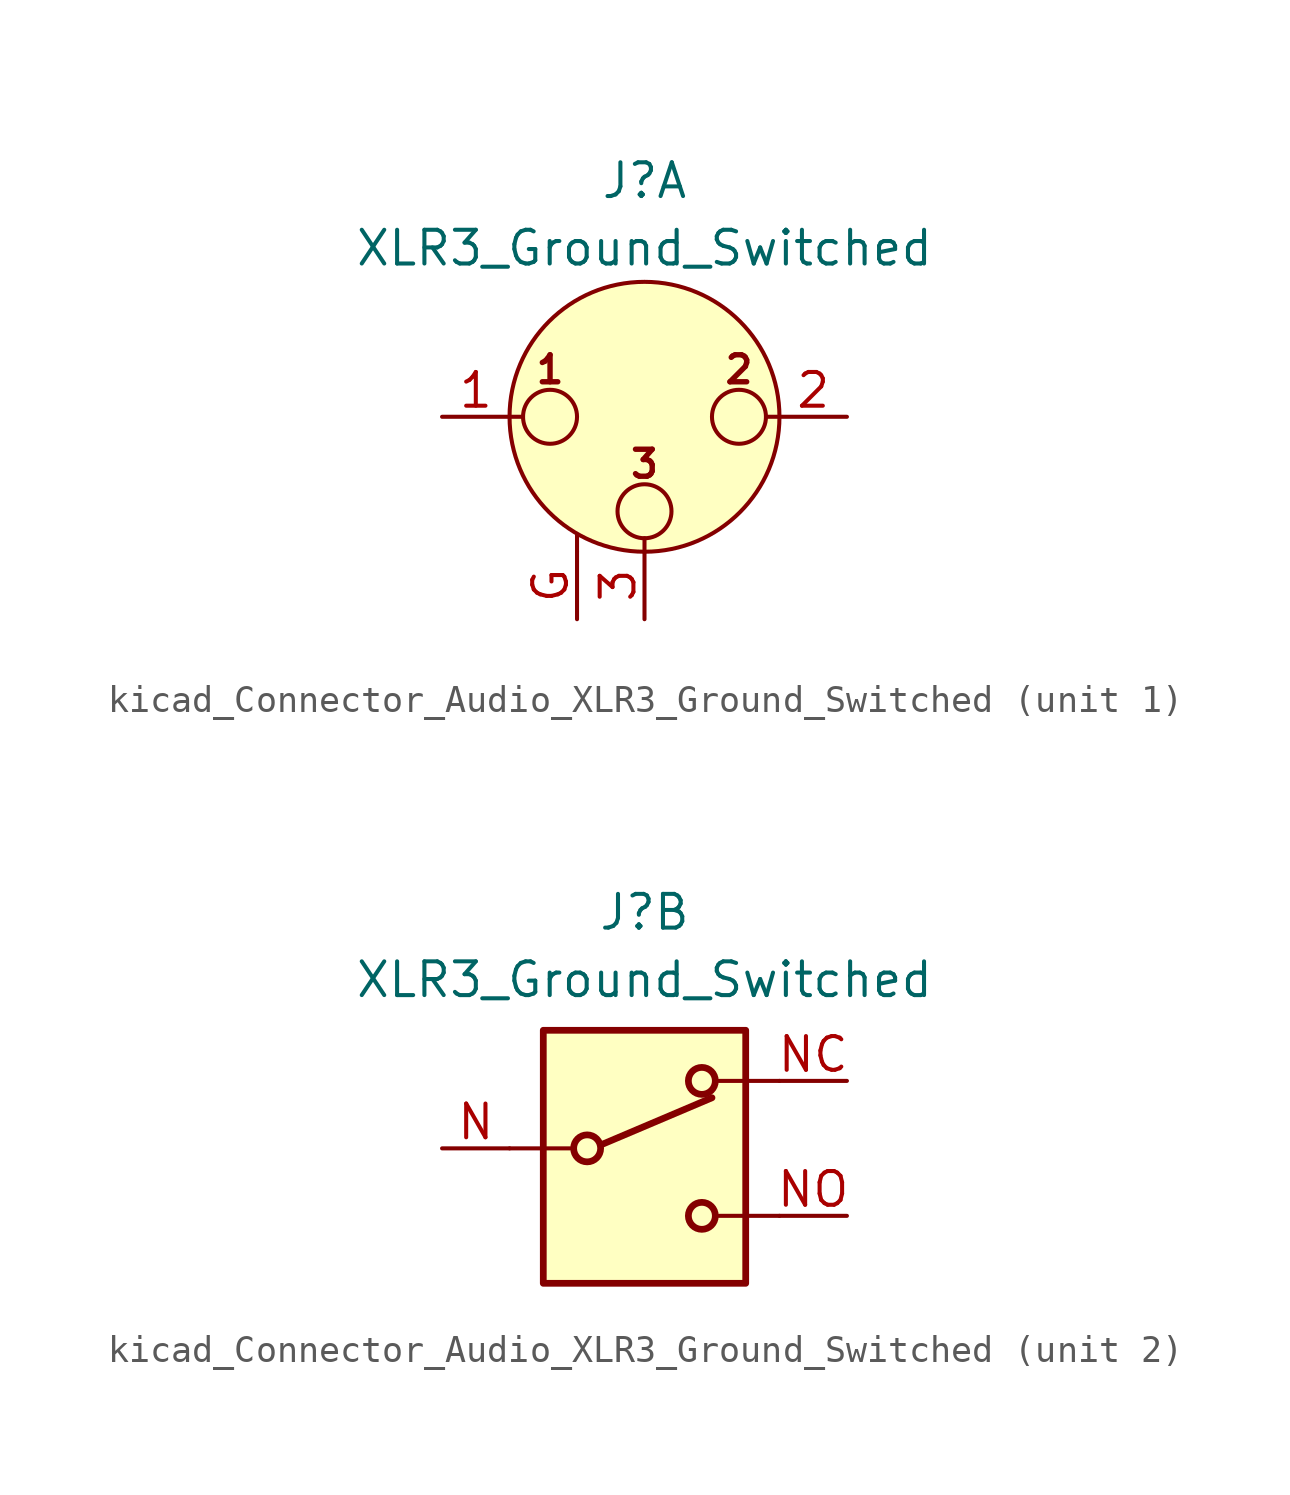
<source format=kicad_sym>
(kicad_symbol_lib
  (version 20220914)
  (generator kicad_symbol_editor)
  (symbol "kicad_Connector_Audio_XLR3_Ground_Switched"
    (pin_names hide)
    (property "Reference" "J"
      (at 0 8.89 0)
      (effects (font (size 1.27 1.27))))
    (property "Value" "XLR3_Ground_Switched"
      (at 0 6.35 0)
      (effects (font (size 1.27 1.27))))
    (symbol "kicad_Connector_Audio_XLR3_Ground_Switched_1_1"
      (circle (center -3.556 0) (radius 1.016) (stroke (width 0) (type default)) (fill (type none)))
      (circle (center 0 -3.556) (radius 1.016) (stroke (width 0) (type default)) (fill (type none)))
      (polyline (pts (xy -5.08 0) (xy -4.572 0)) (stroke (width 0) (type default)) (fill (type none)))
      (polyline (pts (xy -2.54 -5.08) (xy -2.54 -4.445)) (stroke (width 0) (type default)) (fill (type none)))
      (polyline (pts (xy 0 -5.08) (xy 0 -4.572)) (stroke (width 0) (type default)) (fill (type none)))
      (polyline (pts (xy 5.08 0) (xy 4.572 0)) (stroke (width 0) (type default)) (fill (type none)))
      (circle (center 0 0) (radius 5.08) (stroke (width 0) (type default)) (fill (type background)))
      (circle (center 3.556 0) (radius 1.016) (stroke (width 0) (type default)) (fill (type none)))
      (text "1" (at -3.556 1.778 0) (effects (font (size 1.016 1.016) bold)))
      (text "2" (at 3.556 1.778 0) (effects (font (size 1.016 1.016) bold)))
      (text "3" (at 0 -1.778 0) (effects (font (size 1.016 1.016) bold)))
      (pin passive line (at -7.62 0 0) (length 2.54) (name "~" (effects (font (size 1.27 1.27)))) (number "1" (effects (font (size 1.27 1.27)))))
      (pin passive line (at 7.62 0 180) (length 2.54) (name "~" (effects (font (size 1.27 1.27)))) (number "2" (effects (font (size 1.27 1.27)))))
      (pin passive line (at 0 -7.62 90) (length 2.54) (name "~" (effects (font (size 1.27 1.27)))) (number "3" (effects (font (size 1.27 1.27)))))
      (pin passive line (at -2.54 -7.62 90) (length 2.54) (name "~" (effects (font (size 1.27 1.27)))) (number "G" (effects (font (size 1.27 1.27))))))
    (symbol "kicad_Connector_Audio_XLR3_Ground_Switched_2_1"
      (rectangle (start -3.81 4.445) (end 3.81 -5.08) (stroke (width 0.254) (type default)) (fill (type background)))
      (circle (center -2.159 0) (radius 0.508) (stroke (width 0.254) (type default)) (fill (type none)))
      (polyline (pts (xy -5.08 0) (xy -2.794 0)) (stroke (width 0) (type default)) (fill (type none)))
      (polyline (pts (xy -1.651 0.127) (xy 2.54 1.905)) (stroke (width 0.254) (type default)) (fill (type none)))
      (polyline (pts (xy 5.08 -2.54) (xy 2.794 -2.54)) (stroke (width 0) (type default)) (fill (type none)))
      (polyline (pts (xy 5.08 2.54) (xy 2.794 2.54)) (stroke (width 0) (type default)) (fill (type none)))
      (circle (center 2.159 -2.54) (radius 0.508) (stroke (width 0.254) (type default)) (fill (type none)))
      (circle (center 2.159 2.54) (radius 0.508) (stroke (width 0.254) (type default)) (fill (type none)))
      (pin passive line (at -7.62 0 0) (length 2.54) (name "~" (effects (font (size 1.27 1.27)))) (number "N" (effects (font (size 1.27 1.27)))))
      (pin passive line (at 7.62 2.54 180) (length 2.54) (name "~" (effects (font (size 1.27 1.27)))) (number "NC" (effects (font (size 1.27 1.27)))))
      (pin passive line (at 7.62 -2.54 180) (length 2.54) (name "~" (effects (font (size 1.27 1.27)))) (number "NO" (effects (font (size 1.27 1.27))))))))
</source>
